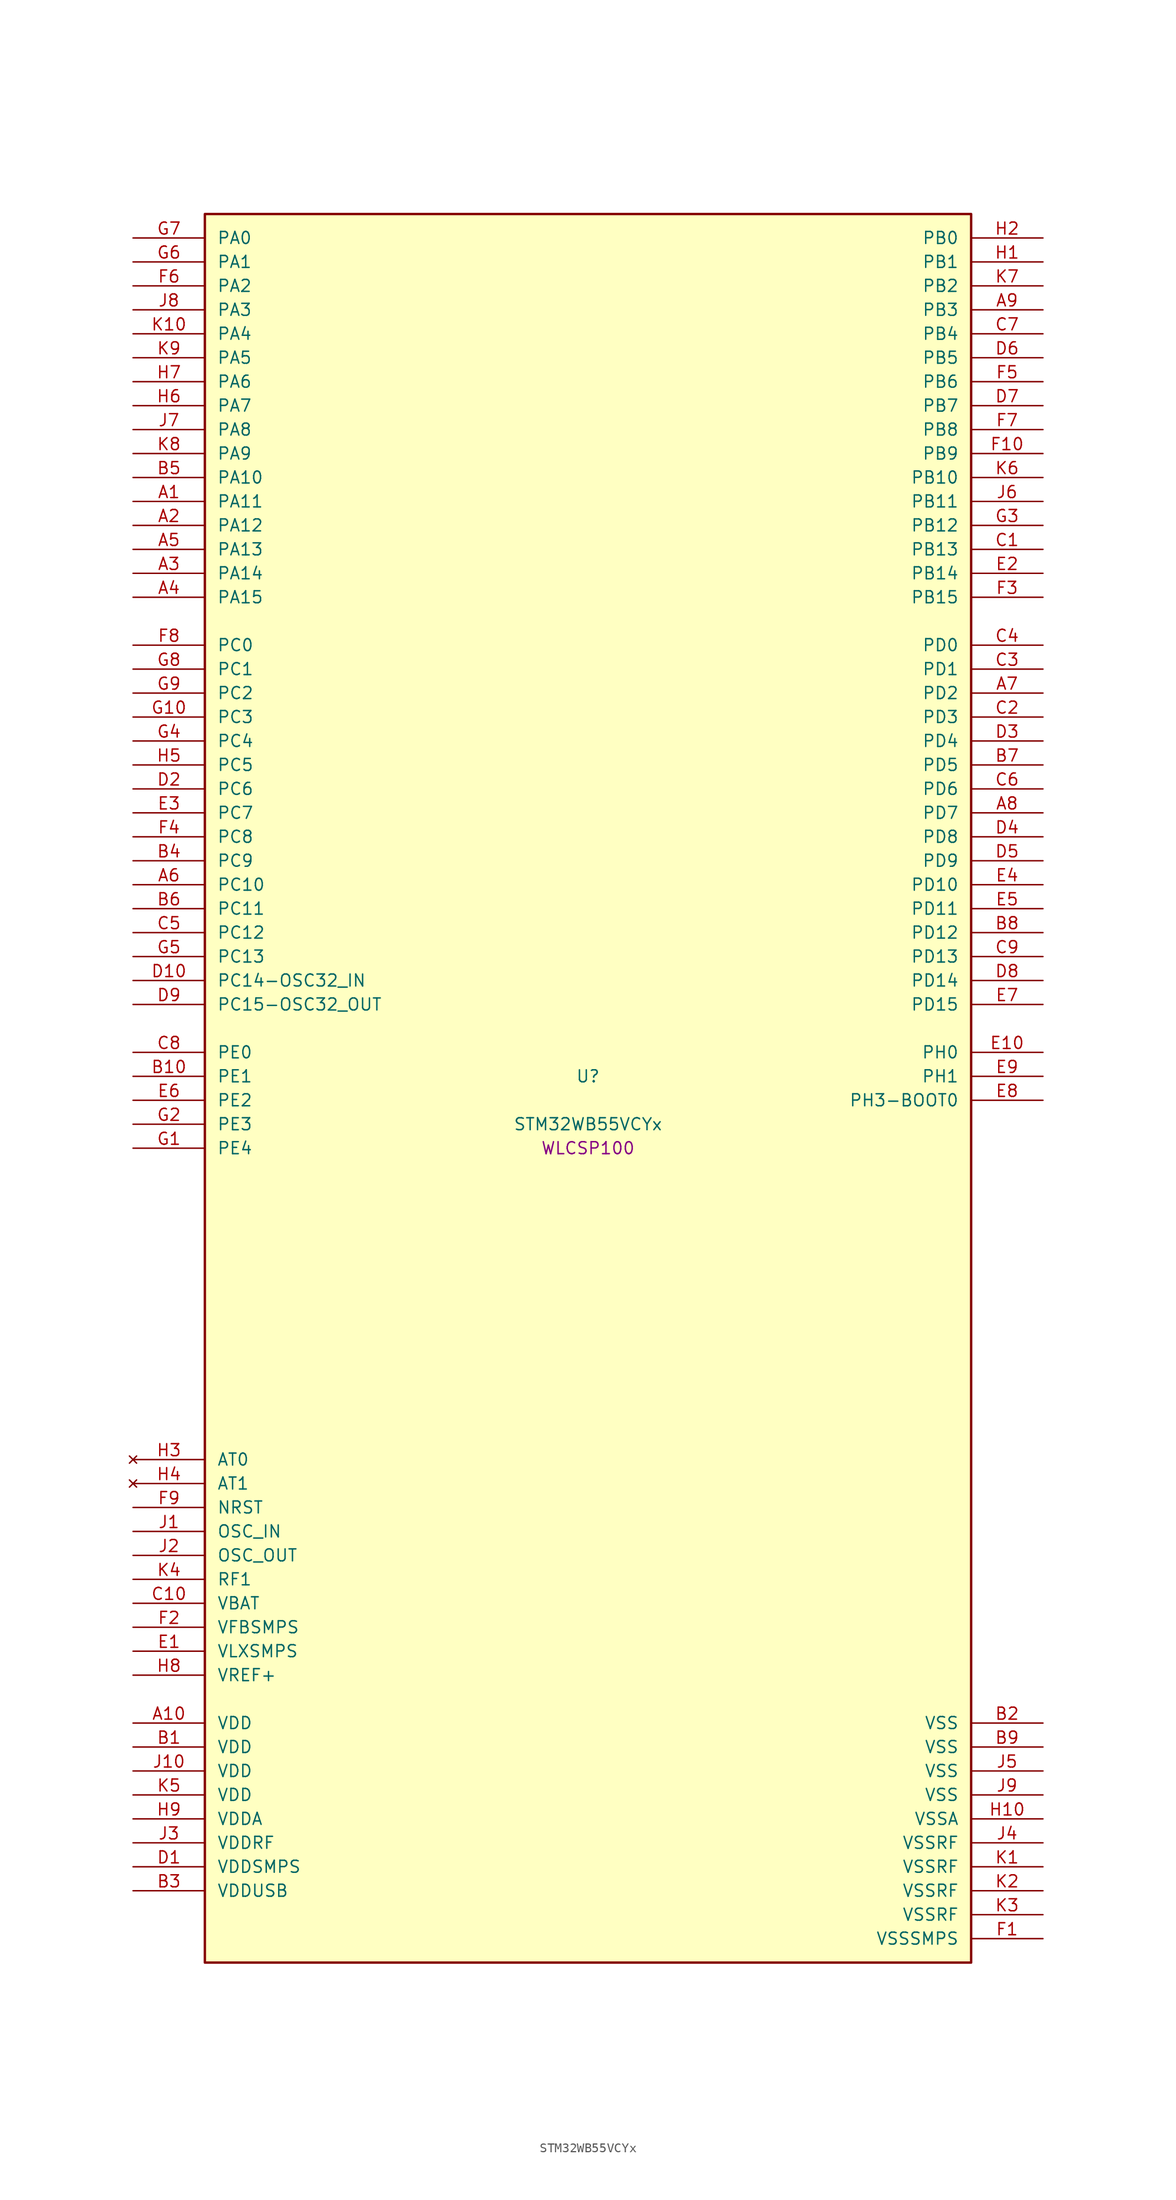
<source format=kicad_sym>
(kicad_symbol_lib
  (version 20241209)
  (generator "stm32_pkl_generator")
  (generator_version "1.0")
  (symbol "STM32WB55VCYx"
    (pin_names
      (offset 1.27))
    (property "Reference" "U"
      (at 0 2.54 0))
    (property "Value" "STM32WB55VCYx"
      (at 0 -2.54 0))
    (property "Footprint" "WLCSP100"
      (at 0 -5.08 0))
    (symbol "STM32WB55VCYx_1_1"
      (rectangle (start -40.64 93.98) (end 40.64 -91.44) (stroke (width 0.254) (type solid)) (fill (type background)))
      (pin bidirectional line (at -48.26 91.44 0) (length 7.62) (name "PA0") (number "G7") (alternate "PA0/ADC1_IN5" bidirectional line) (alternate "PA0/COMP1_INM" bidirectional line) (alternate "PA0/COMP1_OUT" bidirectional line) (alternate "PA0/RTC_TAMP2" bidirectional line) (alternate "PA0/SAI1_EXTCLK" bidirectional line) (alternate "PA0/SYS_WKUP1" bidirectional line) (alternate "PA0/TIM2_CH1" bidirectional line) (alternate "PA0/TIM2_ETR" bidirectional line))
      (pin bidirectional line (at -48.26 88.9 0) (length 7.62) (name "PA1") (number "G6") (alternate "PA1/ADC1_IN6" bidirectional line) (alternate "PA1/COMP1_INP" bidirectional line) (alternate "PA1/I2C1_SMBA" bidirectional line) (alternate "PA1/LCD_SEG0" bidirectional line) (alternate "PA1/SPI1_SCK" bidirectional line) (alternate "PA1/TIM2_CH2" bidirectional line))
      (pin bidirectional line (at -48.26 86.36 0) (length 7.62) (name "PA2") (number "F6") (alternate "PA2/ADC1_IN7" bidirectional line) (alternate "PA2/COMP2_INM" bidirectional line) (alternate "PA2/COMP2_OUT" bidirectional line) (alternate "PA2/LCD_SEG1" bidirectional line) (alternate "PA2/LPUART1_TX" bidirectional line) (alternate "PA2/QUADSPI_BK1_NCS" bidirectional line) (alternate "PA2/RCC_LSCO" bidirectional line) (alternate "PA2/SYS_WKUP4" bidirectional line) (alternate "PA2/TIM2_CH3" bidirectional line))
      (pin bidirectional line (at -48.26 83.82 0) (length 7.62) (name "PA3") (number "J8") (alternate "PA3/ADC1_IN8" bidirectional line) (alternate "PA3/COMP2_INP" bidirectional line) (alternate "PA3/LCD_SEG2" bidirectional line) (alternate "PA3/LPUART1_RX" bidirectional line) (alternate "PA3/QUADSPI_CLK" bidirectional line) (alternate "PA3/SAI1_CK1" bidirectional line) (alternate "PA3/SAI1_MCLK_A" bidirectional line) (alternate "PA3/TIM2_CH4" bidirectional line))
      (pin bidirectional line (at -48.26 81.28 0) (length 7.62) (name "PA4") (number "K10") (alternate "PA4/ADC1_IN9" bidirectional line) (alternate "PA4/COMP1_INM" bidirectional line) (alternate "PA4/COMP2_INM" bidirectional line) (alternate "PA4/LCD_SEG5" bidirectional line) (alternate "PA4/LPTIM2_OUT" bidirectional line) (alternate "PA4/SAI1_FS_B" bidirectional line) (alternate "PA4/SPI1_NSS" bidirectional line))
      (pin bidirectional line (at -48.26 78.74 0) (length 7.62) (name "PA5") (number "K9") (alternate "PA5/ADC1_IN10" bidirectional line) (alternate "PA5/COMP1_INM" bidirectional line) (alternate "PA5/COMP2_INM" bidirectional line) (alternate "PA5/LPTIM2_ETR" bidirectional line) (alternate "PA5/SAI1_SD_B" bidirectional line) (alternate "PA5/SPI1_SCK" bidirectional line) (alternate "PA5/TIM2_CH1" bidirectional line) (alternate "PA5/TIM2_ETR" bidirectional line))
      (pin bidirectional line (at -48.26 76.2 0) (length 7.62) (name "PA6") (number "H7") (alternate "PA6/ADC1_IN11" bidirectional line) (alternate "PA6/LCD_SEG3" bidirectional line) (alternate "PA6/LPUART1_CTS" bidirectional line) (alternate "PA6/QUADSPI_BK1_IO3" bidirectional line) (alternate "PA6/SPI1_MISO" bidirectional line) (alternate "PA6/TIM16_CH1" bidirectional line) (alternate "PA6/TIM1_BKIN" bidirectional line))
      (pin bidirectional line (at -48.26 73.66 0) (length 7.62) (name "PA7") (number "H6") (alternate "PA7/ADC1_IN12" bidirectional line) (alternate "PA7/COMP2_OUT" bidirectional line) (alternate "PA7/I2C3_SCL" bidirectional line) (alternate "PA7/LCD_SEG4" bidirectional line) (alternate "PA7/QUADSPI_BK1_IO2" bidirectional line) (alternate "PA7/SPI1_MOSI" bidirectional line) (alternate "PA7/TIM17_CH1" bidirectional line) (alternate "PA7/TIM1_CH1N" bidirectional line))
      (pin bidirectional line (at -48.26 71.12 0) (length 7.62) (name "PA8") (number "J7") (alternate "PA8/ADC1_IN15" bidirectional line) (alternate "PA8/LCD_COM0" bidirectional line) (alternate "PA8/LPTIM2_OUT" bidirectional line) (alternate "PA8/RCC_MCO" bidirectional line) (alternate "PA8/SAI1_CK2" bidirectional line) (alternate "PA8/SAI1_SCK_A" bidirectional line) (alternate "PA8/TIM1_CH1" bidirectional line) (alternate "PA8/USART1_CK" bidirectional line))
      (pin bidirectional line (at -48.26 68.58 0) (length 7.62) (name "PA9") (number "K8") (alternate "PA9/ADC1_IN16" bidirectional line) (alternate "PA9/COMP1_INM" bidirectional line) (alternate "PA9/I2C1_SCL" bidirectional line) (alternate "PA9/LCD_COM1" bidirectional line) (alternate "PA9/SAI1_D2" bidirectional line) (alternate "PA9/SAI1_FS_A" bidirectional line) (alternate "PA9/SPI2_SCK" bidirectional line) (alternate "PA9/TIM1_CH2" bidirectional line) (alternate "PA9/USART1_TX" bidirectional line))
      (pin bidirectional line (at -48.26 66.04 0) (length 7.62) (name "PA10") (number "B5") (alternate "PA10/CRS_SYNC" bidirectional line) (alternate "PA10/I2C1_SDA" bidirectional line) (alternate "PA10/LCD_COM2" bidirectional line) (alternate "PA10/SAI1_D1" bidirectional line) (alternate "PA10/SAI1_SD_A" bidirectional line) (alternate "PA10/TIM17_BKIN" bidirectional line) (alternate "PA10/TIM1_CH3" bidirectional line) (alternate "PA10/USART1_RX" bidirectional line))
      (pin bidirectional line (at -48.26 63.5 0) (length 7.62) (name "PA11") (number "A1") (alternate "PA11/ADC1_EXTI11" bidirectional line) (alternate "PA11/SPI1_MISO" bidirectional line) (alternate "PA11/TIM1_BKIN2" bidirectional line) (alternate "PA11/TIM1_CH4" bidirectional line) (alternate "PA11/USART1_CTS" bidirectional line) (alternate "PA11/USART1_NSS" bidirectional line) (alternate "PA11/USB_DM" bidirectional line))
      (pin bidirectional line (at -48.26 60.96 0) (length 7.62) (name "PA12") (number "A2") (alternate "PA12/LPUART1_RX" bidirectional line) (alternate "PA12/SPI1_MOSI" bidirectional line) (alternate "PA12/TIM1_ETR" bidirectional line) (alternate "PA12/USART1_DE" bidirectional line) (alternate "PA12/USART1_RTS" bidirectional line) (alternate "PA12/USB_DP" bidirectional line))
      (pin bidirectional line (at -48.26 58.42 0) (length 7.62) (name "PA13") (number "A5") (alternate "PA13/IR_OUT" bidirectional line) (alternate "PA13/SAI1_SD_B" bidirectional line) (alternate "PA13/SYS_JTMS-SWDIO" bidirectional line) (alternate "PA13/USB_NOE" bidirectional line))
      (pin bidirectional line (at -48.26 55.88 0) (length 7.62) (name "PA14") (number "A3") (alternate "PA14/I2C1_SMBA" bidirectional line) (alternate "PA14/LCD_SEG5" bidirectional line) (alternate "PA14/LPTIM1_OUT" bidirectional line) (alternate "PA14/SAI1_FS_B" bidirectional line) (alternate "PA14/SYS_JTCK-SWCLK" bidirectional line))
      (pin bidirectional line (at -48.26 53.34 0) (length 7.62) (name "PA15") (number "A4") (alternate "PA15/ADC1_EXTI15" bidirectional line) (alternate "PA15/LCD_SEG17" bidirectional line) (alternate "PA15/RCC_MCO" bidirectional line) (alternate "PA15/SPI1_NSS" bidirectional line) (alternate "PA15/SYS_JTDI" bidirectional line) (alternate "PA15/TIM2_CH1" bidirectional line) (alternate "PA15/TIM2_ETR" bidirectional line) (alternate "PA15/TSC_G3_IO1" bidirectional line))
      (pin bidirectional line (at 48.26 91.44 180) (length 7.62) (name "PB0") (number "H2") (alternate "PB0/COMP1_OUT" bidirectional line) (alternate "PB0/RF_TX_MOD_EXT_PA" bidirectional line))
      (pin bidirectional line (at 48.26 88.9 180) (length 7.62) (name "PB1") (number "H1") (alternate "PB1/LPTIM2_IN1" bidirectional line) (alternate "PB1/LPUART1_DE" bidirectional line) (alternate "PB1/LPUART1_RTS" bidirectional line))
      (pin bidirectional line (at 48.26 86.36 180) (length 7.62) (name "PB2") (number "K7") (alternate "PB2/COMP1_INP" bidirectional line) (alternate "PB2/I2C3_SMBA" bidirectional line) (alternate "PB2/LCD_VLCD" bidirectional line) (alternate "PB2/LPTIM1_OUT" bidirectional line) (alternate "PB2/RTC_OUT2" bidirectional line) (alternate "PB2/SAI1_EXTCLK" bidirectional line) (alternate "PB2/SPI1_NSS" bidirectional line))
      (pin bidirectional line (at 48.26 83.82 180) (length 7.62) (name "PB3") (number "A9") (alternate "PB3/COMP2_INM" bidirectional line) (alternate "PB3/LCD_SEG7" bidirectional line) (alternate "PB3/SAI1_SCK_B" bidirectional line) (alternate "PB3/SPI1_SCK" bidirectional line) (alternate "PB3/SYS_JTDO-SWO" bidirectional line) (alternate "PB3/TIM2_CH2" bidirectional line) (alternate "PB3/USART1_DE" bidirectional line) (alternate "PB3/USART1_RTS" bidirectional line))
      (pin bidirectional line (at 48.26 81.28 180) (length 7.62) (name "PB4") (number "C7") (alternate "PB4/COMP2_INP" bidirectional line) (alternate "PB4/I2C3_SDA" bidirectional line) (alternate "PB4/LCD_SEG8" bidirectional line) (alternate "PB4/SAI1_MCLK_B" bidirectional line) (alternate "PB4/SPI1_MISO" bidirectional line) (alternate "PB4/SYS_JTRST" bidirectional line) (alternate "PB4/TIM17_BKIN" bidirectional line) (alternate "PB4/TSC_G2_IO1" bidirectional line) (alternate "PB4/USART1_CTS" bidirectional line) (alternate "PB4/USART1_NSS" bidirectional line))
      (pin bidirectional line (at 48.26 78.74 180) (length 7.62) (name "PB5") (number "D6") (alternate "PB5/COMP2_OUT" bidirectional line) (alternate "PB5/I2C1_SMBA" bidirectional line) (alternate "PB5/LCD_SEG9" bidirectional line) (alternate "PB5/LPTIM1_IN1" bidirectional line) (alternate "PB5/LPUART1_TX" bidirectional line) (alternate "PB5/SAI1_SD_B" bidirectional line) (alternate "PB5/SPI1_MOSI" bidirectional line) (alternate "PB5/TIM16_BKIN" bidirectional line) (alternate "PB5/TSC_G2_IO2" bidirectional line) (alternate "PB5/USART1_CK" bidirectional line))
      (pin bidirectional line (at 48.26 76.2 180) (length 7.62) (name "PB6") (number "F5") (alternate "PB6/COMP2_INP" bidirectional line) (alternate "PB6/I2C1_SCL" bidirectional line) (alternate "PB6/LCD_SEG6" bidirectional line) (alternate "PB6/LPTIM1_ETR" bidirectional line) (alternate "PB6/RCC_MCO" bidirectional line) (alternate "PB6/SAI1_FS_B" bidirectional line) (alternate "PB6/TIM16_CH1N" bidirectional line) (alternate "PB6/TSC_G2_IO3" bidirectional line) (alternate "PB6/USART1_TX" bidirectional line))
      (pin bidirectional line (at 48.26 73.66 180) (length 7.62) (name "PB7") (number "D7") (alternate "PB7/COMP2_INM" bidirectional line) (alternate "PB7/I2C1_SDA" bidirectional line) (alternate "PB7/LCD_SEG21" bidirectional line) (alternate "PB7/LPTIM1_IN2" bidirectional line) (alternate "PB7/SYS_PVD_IN" bidirectional line) (alternate "PB7/TIM17_CH1N" bidirectional line) (alternate "PB7/TIM1_BKIN" bidirectional line) (alternate "PB7/TSC_G2_IO4" bidirectional line) (alternate "PB7/USART1_RX" bidirectional line))
      (pin bidirectional line (at 48.26 71.12 180) (length 7.62) (name "PB8") (number "F7") (alternate "PB8/I2C1_SCL" bidirectional line) (alternate "PB8/LCD_SEG16" bidirectional line) (alternate "PB8/QUADSPI_BK1_IO1" bidirectional line) (alternate "PB8/SAI1_CK1" bidirectional line) (alternate "PB8/SAI1_MCLK_A" bidirectional line) (alternate "PB8/TIM16_CH1" bidirectional line) (alternate "PB8/TIM1_CH2N" bidirectional line))
      (pin bidirectional line (at 48.26 68.58 180) (length 7.62) (name "PB9") (number "F10") (alternate "PB9/I2C1_SDA" bidirectional line) (alternate "PB9/IR_OUT" bidirectional line) (alternate "PB9/LCD_COM3" bidirectional line) (alternate "PB9/QUADSPI_BK1_IO0" bidirectional line) (alternate "PB9/SAI1_D2" bidirectional line) (alternate "PB9/SAI1_FS_A" bidirectional line) (alternate "PB9/SPI2_NSS" bidirectional line) (alternate "PB9/TIM17_CH1" bidirectional line) (alternate "PB9/TIM1_CH3N" bidirectional line) (alternate "PB9/TSC_G7_IO4" bidirectional line))
      (pin bidirectional line (at 48.26 66.04 180) (length 7.62) (name "PB10") (number "K6") (alternate "PB10/COMP1_OUT" bidirectional line) (alternate "PB10/I2C3_SCL" bidirectional line) (alternate "PB10/LCD_SEG10" bidirectional line) (alternate "PB10/LPUART1_RX" bidirectional line) (alternate "PB10/QUADSPI_CLK" bidirectional line) (alternate "PB10/SAI1_SCK_A" bidirectional line) (alternate "PB10/SPI2_SCK" bidirectional line) (alternate "PB10/TIM2_CH3" bidirectional line) (alternate "PB10/TSC_SYNC" bidirectional line))
      (pin bidirectional line (at 48.26 63.5 180) (length 7.62) (name "PB11") (number "J6") (alternate "PB11/ADC1_EXTI11" bidirectional line) (alternate "PB11/COMP2_OUT" bidirectional line) (alternate "PB11/I2C3_SDA" bidirectional line) (alternate "PB11/LCD_SEG11" bidirectional line) (alternate "PB11/LPUART1_TX" bidirectional line) (alternate "PB11/QUADSPI_BK1_NCS" bidirectional line) (alternate "PB11/TIM2_CH4" bidirectional line))
      (pin bidirectional line (at 48.26 60.96 180) (length 7.62) (name "PB12") (number "G3") (alternate "PB12/I2C3_SMBA" bidirectional line) (alternate "PB12/LCD_SEG12" bidirectional line) (alternate "PB12/LPUART1_DE" bidirectional line) (alternate "PB12/LPUART1_RTS" bidirectional line) (alternate "PB12/SAI1_FS_A" bidirectional line) (alternate "PB12/SPI2_NSS" bidirectional line) (alternate "PB12/TIM1_BKIN" bidirectional line) (alternate "PB12/TSC_G1_IO1" bidirectional line))
      (pin bidirectional line (at 48.26 58.42 180) (length 7.62) (name "PB13") (number "C1") (alternate "PB13/I2C3_SCL" bidirectional line) (alternate "PB13/LCD_SEG13" bidirectional line) (alternate "PB13/LPUART1_CTS" bidirectional line) (alternate "PB13/SAI1_SCK_A" bidirectional line) (alternate "PB13/SPI2_SCK" bidirectional line) (alternate "PB13/TIM1_CH1N" bidirectional line) (alternate "PB13/TSC_G1_IO2" bidirectional line))
      (pin bidirectional line (at 48.26 55.88 180) (length 7.62) (name "PB14") (number "E2") (alternate "PB14/I2C3_SDA" bidirectional line) (alternate "PB14/LCD_SEG14" bidirectional line) (alternate "PB14/SAI1_MCLK_A" bidirectional line) (alternate "PB14/SPI2_MISO" bidirectional line) (alternate "PB14/TIM1_CH2N" bidirectional line) (alternate "PB14/TSC_G1_IO3" bidirectional line))
      (pin bidirectional line (at 48.26 53.34 180) (length 7.62) (name "PB15") (number "F3") (alternate "PB15/ADC1_EXTI15" bidirectional line) (alternate "PB15/LCD_SEG15" bidirectional line) (alternate "PB15/RTC_REFIN" bidirectional line) (alternate "PB15/SAI1_SD_A" bidirectional line) (alternate "PB15/SPI2_MOSI" bidirectional line) (alternate "PB15/TIM1_CH3N" bidirectional line) (alternate "PB15/TSC_G1_IO4" bidirectional line))
      (pin bidirectional line (at -48.26 48.26 0) (length 7.62) (name "PC0") (number "F8") (alternate "PC0/ADC1_IN1" bidirectional line) (alternate "PC0/I2C3_SCL" bidirectional line) (alternate "PC0/LCD_SEG18" bidirectional line) (alternate "PC0/LPTIM1_IN1" bidirectional line) (alternate "PC0/LPTIM2_IN1" bidirectional line) (alternate "PC0/LPUART1_RX" bidirectional line))
      (pin bidirectional line (at -48.26 45.72 0) (length 7.62) (name "PC1") (number "G8") (alternate "PC1/ADC1_IN2" bidirectional line) (alternate "PC1/I2C3_SDA" bidirectional line) (alternate "PC1/LCD_SEG19" bidirectional line) (alternate "PC1/LPTIM1_OUT" bidirectional line) (alternate "PC1/LPUART1_TX" bidirectional line) (alternate "PC1/SPI2_MOSI" bidirectional line))
      (pin bidirectional line (at -48.26 43.18 0) (length 7.62) (name "PC2") (number "G9") (alternate "PC2/ADC1_IN3" bidirectional line) (alternate "PC2/LCD_SEG20" bidirectional line) (alternate "PC2/LPTIM1_IN2" bidirectional line) (alternate "PC2/SPI2_MISO" bidirectional line))
      (pin bidirectional line (at -48.26 40.64 0) (length 7.62) (name "PC3") (number "G10") (alternate "PC3/ADC1_IN4" bidirectional line) (alternate "PC3/LCD_VLCD" bidirectional line) (alternate "PC3/LPTIM1_ETR" bidirectional line) (alternate "PC3/LPTIM2_ETR" bidirectional line) (alternate "PC3/SAI1_D1" bidirectional line) (alternate "PC3/SAI1_SD_A" bidirectional line) (alternate "PC3/SPI2_MOSI" bidirectional line))
      (pin bidirectional line (at -48.26 38.1 0) (length 7.62) (name "PC4") (number "G4") (alternate "PC4/ADC1_IN13" bidirectional line) (alternate "PC4/COMP1_INM" bidirectional line) (alternate "PC4/LCD_SEG22" bidirectional line))
      (pin bidirectional line (at -48.26 35.56 0) (length 7.62) (name "PC5") (number "H5") (alternate "PC5/ADC1_IN14" bidirectional line) (alternate "PC5/COMP1_INP" bidirectional line) (alternate "PC5/LCD_SEG23" bidirectional line) (alternate "PC5/SAI1_D3" bidirectional line) (alternate "PC5/SYS_WKUP5" bidirectional line))
      (pin bidirectional line (at -48.26 33.02 0) (length 7.62) (name "PC6") (number "D2") (alternate "PC6/LCD_SEG24" bidirectional line) (alternate "PC6/TSC_G4_IO1" bidirectional line))
      (pin bidirectional line (at -48.26 30.48 0) (length 7.62) (name "PC7") (number "E3") (alternate "PC7/LCD_SEG25" bidirectional line) (alternate "PC7/TSC_G4_IO2" bidirectional line))
      (pin bidirectional line (at -48.26 27.94 0) (length 7.62) (name "PC8") (number "F4") (alternate "PC8/LCD_SEG26" bidirectional line) (alternate "PC8/TSC_G4_IO3" bidirectional line))
      (pin bidirectional line (at -48.26 25.4 0) (length 7.62) (name "PC9") (number "B4") (alternate "PC9/LCD_SEG27" bidirectional line) (alternate "PC9/SAI1_SCK_B" bidirectional line) (alternate "PC9/TIM1_BKIN" bidirectional line) (alternate "PC9/TSC_G4_IO4" bidirectional line) (alternate "PC9/USB_NOE" bidirectional line))
      (pin bidirectional line (at -48.26 22.86 0) (length 7.62) (name "PC10") (number "A6") (alternate "PC10/LCD_COM4" bidirectional line) (alternate "PC10/LCD_SEG28" bidirectional line) (alternate "PC10/LCD_SEG40" bidirectional line) (alternate "PC10/SYS_TRACED1" bidirectional line) (alternate "PC10/TSC_G3_IO2" bidirectional line))
      (pin bidirectional line (at -48.26 20.32 0) (length 7.62) (name "PC11") (number "B6") (alternate "PC11/ADC1_EXTI11" bidirectional line) (alternate "PC11/LCD_COM5" bidirectional line) (alternate "PC11/LCD_SEG29" bidirectional line) (alternate "PC11/LCD_SEG41" bidirectional line) (alternate "PC11/TSC_G3_IO3" bidirectional line))
      (pin bidirectional line (at -48.26 17.78 0) (length 7.62) (name "PC12") (number "C5") (alternate "PC12/LCD_COM6" bidirectional line) (alternate "PC12/LCD_SEG30" bidirectional line) (alternate "PC12/LCD_SEG42" bidirectional line) (alternate "PC12/RCC_LSCO" bidirectional line) (alternate "PC12/RTC_TAMP3" bidirectional line) (alternate "PC12/SYS_TRACED3" bidirectional line) (alternate "PC12/SYS_WKUP3" bidirectional line) (alternate "PC12/TSC_G3_IO4" bidirectional line))
      (pin bidirectional line (at -48.26 15.24 0) (length 7.62) (name "PC13") (number "G5") (alternate "PC13/RTC_OUT1" bidirectional line) (alternate "PC13/RTC_TAMP1" bidirectional line) (alternate "PC13/RTC_TS" bidirectional line) (alternate "PC13/SYS_WKUP2" bidirectional line))
      (pin bidirectional line (at -48.26 12.7 0) (length 7.62) (name "PC14-OSC32_IN") (number "D10") (alternate "PC14-OSC32_IN/RCC_OSC32_IN" bidirectional line))
      (pin bidirectional line (at -48.26 10.16 0) (length 7.62) (name "PC15-OSC32_OUT") (number "D9") (alternate "PC15-OSC32_OUT/ADC1_EXTI15" bidirectional line) (alternate "PC15-OSC32_OUT/RCC_OSC32_OUT" bidirectional line))
      (pin bidirectional line (at 48.26 48.26 180) (length 7.62) (name "PD0") (number "C4") (alternate "PD0/SPI2_NSS" bidirectional line))
      (pin bidirectional line (at 48.26 45.72 180) (length 7.62) (name "PD1") (number "C3") (alternate "PD1/SPI2_SCK" bidirectional line))
      (pin bidirectional line (at 48.26 43.18 180) (length 7.62) (name "PD2") (number "A7") (alternate "PD2/LCD_COM7" bidirectional line) (alternate "PD2/LCD_SEG31" bidirectional line) (alternate "PD2/LCD_SEG43" bidirectional line) (alternate "PD2/SYS_TRACED2" bidirectional line) (alternate "PD2/TSC_SYNC" bidirectional line))
      (pin bidirectional line (at 48.26 40.64 180) (length 7.62) (name "PD3") (number "C2") (alternate "PD3/QUADSPI_BK1_NCS" bidirectional line) (alternate "PD3/SPI2_MISO" bidirectional line) (alternate "PD3/SPI2_SCK" bidirectional line))
      (pin bidirectional line (at 48.26 38.1 180) (length 7.62) (name "PD4") (number "D3") (alternate "PD4/QUADSPI_BK1_IO0" bidirectional line) (alternate "PD4/SPI2_MOSI" bidirectional line) (alternate "PD4/TSC_G5_IO1" bidirectional line))
      (pin bidirectional line (at 48.26 35.56 180) (length 7.62) (name "PD5") (number "B7") (alternate "PD5/QUADSPI_BK1_IO1" bidirectional line) (alternate "PD5/SAI1_MCLK_B" bidirectional line) (alternate "PD5/TSC_G5_IO2" bidirectional line))
      (pin bidirectional line (at 48.26 33.02 180) (length 7.62) (name "PD6") (number "C6") (alternate "PD6/QUADSPI_BK1_IO2" bidirectional line) (alternate "PD6/SAI1_D1" bidirectional line) (alternate "PD6/SAI1_SD_A" bidirectional line) (alternate "PD6/TSC_G5_IO3" bidirectional line))
      (pin bidirectional line (at 48.26 30.48 180) (length 7.62) (name "PD7") (number "A8") (alternate "PD7/LCD_SEG39" bidirectional line) (alternate "PD7/QUADSPI_BK1_IO3" bidirectional line) (alternate "PD7/TSC_G5_IO4" bidirectional line))
      (pin bidirectional line (at 48.26 27.94 180) (length 7.62) (name "PD8") (number "D4") (alternate "PD8/LCD_SEG28" bidirectional line) (alternate "PD8/TIM1_BKIN2" bidirectional line))
      (pin bidirectional line (at 48.26 25.4 180) (length 7.62) (name "PD9") (number "D5") (alternate "PD9/LCD_SEG29" bidirectional line) (alternate "PD9/SYS_TRACED0" bidirectional line))
      (pin bidirectional line (at 48.26 22.86 180) (length 7.62) (name "PD10") (number "E4") (alternate "PD10/LCD_SEG30" bidirectional line) (alternate "PD10/SYS_TRIG_INOUT" bidirectional line) (alternate "PD10/TSC_G6_IO1" bidirectional line))
      (pin bidirectional line (at 48.26 20.32 180) (length 7.62) (name "PD11") (number "E5") (alternate "PD11/ADC1_EXTI11" bidirectional line) (alternate "PD11/LCD_SEG31" bidirectional line) (alternate "PD11/LPTIM2_ETR" bidirectional line) (alternate "PD11/TSC_G6_IO2" bidirectional line))
      (pin bidirectional line (at 48.26 17.78 180) (length 7.62) (name "PD12") (number "B8") (alternate "PD12/LCD_SEG32" bidirectional line) (alternate "PD12/LPTIM2_IN1" bidirectional line) (alternate "PD12/TSC_G6_IO3" bidirectional line))
      (pin bidirectional line (at 48.26 15.24 180) (length 7.62) (name "PD13") (number "C9") (alternate "PD13/LCD_SEG33" bidirectional line) (alternate "PD13/LPTIM2_OUT" bidirectional line) (alternate "PD13/TSC_G6_IO4" bidirectional line))
      (pin bidirectional line (at 48.26 12.7 180) (length 7.62) (name "PD14") (number "D8") (alternate "PD14/LCD_SEG34" bidirectional line) (alternate "PD14/TIM1_CH1" bidirectional line))
      (pin bidirectional line (at 48.26 10.16 180) (length 7.62) (name "PD15") (number "E7") (alternate "PD15/ADC1_EXTI15" bidirectional line) (alternate "PD15/LCD_SEG35" bidirectional line) (alternate "PD15/TIM1_CH2" bidirectional line))
      (pin bidirectional line (at -48.26 5.08 0) (length 7.62) (name "PE0") (number "C8") (alternate "PE0/LCD_SEG36" bidirectional line) (alternate "PE0/TIM16_CH1" bidirectional line) (alternate "PE0/TIM1_ETR" bidirectional line) (alternate "PE0/TSC_G7_IO3" bidirectional line))
      (pin bidirectional line (at -48.26 2.54 0) (length 7.62) (name "PE1") (number "B10") (alternate "PE1/LCD_SEG37" bidirectional line) (alternate "PE1/TIM17_CH1" bidirectional line) (alternate "PE1/TSC_G7_IO2" bidirectional line))
      (pin bidirectional line (at -48.26 0 0) (length 7.62) (name "PE2") (number "E6") (alternate "PE2/LCD_SEG38" bidirectional line) (alternate "PE2/SAI1_CK1" bidirectional line) (alternate "PE2/SAI1_MCLK_A" bidirectional line) (alternate "PE2/SYS_TRACECLK" bidirectional line) (alternate "PE2/TSC_G7_IO1" bidirectional line))
      (pin bidirectional line (at -48.26 -2.54 0) (length 7.62) (name "PE3") (number "G2"))
      (pin bidirectional line (at -48.26 -5.08 0) (length 7.62) (name "PE4") (number "G1"))
      (pin bidirectional line (at 48.26 5.08 180) (length 7.62) (name "PH0") (number "E10"))
      (pin bidirectional line (at 48.26 2.54 180) (length 7.62) (name "PH1") (number "E9"))
      (pin bidirectional line (at 48.26 0 180) (length 7.62) (name "PH3-BOOT0") (number "E8") (alternate "PH3-BOOT0/RCC_LSCO" bidirectional line))
      (pin no_connect line (at -48.26 -38.1 0) (length 7.62) (name "AT0") (number "H3"))
      (pin no_connect line (at -48.26 -40.64 0) (length 7.62) (name "AT1") (number "H4"))
      (pin input line (at -48.26 -43.18 0) (length 7.62) (name "NRST") (number "F9"))
      (pin bidirectional line (at -48.26 -45.72 0) (length 7.62) (name "OSC_IN") (number "J1") (alternate "OSC_IN/RCC_OSC_IN" bidirectional line))
      (pin bidirectional line (at -48.26 -48.26 0) (length 7.62) (name "OSC_OUT") (number "J2") (alternate "OSC_OUT/RCC_OSC_OUT" bidirectional line))
      (pin bidirectional line (at -48.26 -50.8 0) (length 7.62) (name "RF1") (number "K4") (alternate "RF1/RF_RF1" bidirectional line))
      (pin power_in line (at -48.26 -53.34 0) (length 7.62) (name "VBAT") (number "C10"))
      (pin power_in line (at -48.26 -55.88 0) (length 7.62) (name "VFBSMPS") (number "F2"))
      (pin power_in line (at -48.26 -58.42 0) (length 7.62) (name "VLXSMPS") (number "E1"))
      (pin bidirectional line (at -48.26 -60.96 0) (length 7.62) (name "VREF+") (number "H8") (alternate "VREF+/VREFBUF_OUT" bidirectional line))
      (pin power_in line (at -48.26 -66.04 0) (length 7.62) (name "VDD") (number "A10"))
      (pin power_in line (at -48.26 -68.58 0) (length 7.62) (name "VDD") (number "B1"))
      (pin power_in line (at -48.26 -71.12 0) (length 7.62) (name "VDD") (number "J10"))
      (pin power_in line (at -48.26 -73.66 0) (length 7.62) (name "VDD") (number "K5"))
      (pin power_in line (at -48.26 -76.2 0) (length 7.62) (name "VDDA") (number "H9"))
      (pin power_in line (at -48.26 -78.74 0) (length 7.62) (name "VDDRF") (number "J3"))
      (pin power_in line (at -48.26 -81.28 0) (length 7.62) (name "VDDSMPS") (number "D1"))
      (pin power_in line (at -48.26 -83.82 0) (length 7.62) (name "VDDUSB") (number "B3"))
      (pin power_in line (at 48.26 -66.04 180) (length 7.62) (name "VSS") (number "B2"))
      (pin power_in line (at 48.26 -68.58 180) (length 7.62) (name "VSS") (number "B9"))
      (pin power_in line (at 48.26 -71.12 180) (length 7.62) (name "VSS") (number "J5"))
      (pin power_in line (at 48.26 -73.66 180) (length 7.62) (name "VSS") (number "J9"))
      (pin power_in line (at 48.26 -76.2 180) (length 7.62) (name "VSSA") (number "H10"))
      (pin power_in line (at 48.26 -78.74 180) (length 7.62) (name "VSSRF") (number "J4"))
      (pin power_in line (at 48.26 -81.28 180) (length 7.62) (name "VSSRF") (number "K1"))
      (pin power_in line (at 48.26 -83.82 180) (length 7.62) (name "VSSRF") (number "K2"))
      (pin power_in line (at 48.26 -86.36 180) (length 7.62) (name "VSSRF") (number "K3"))
      (pin power_in line (at 48.26 -88.9 180) (length 7.62) (name "VSSSMPS") (number "F1")))))
</source>
